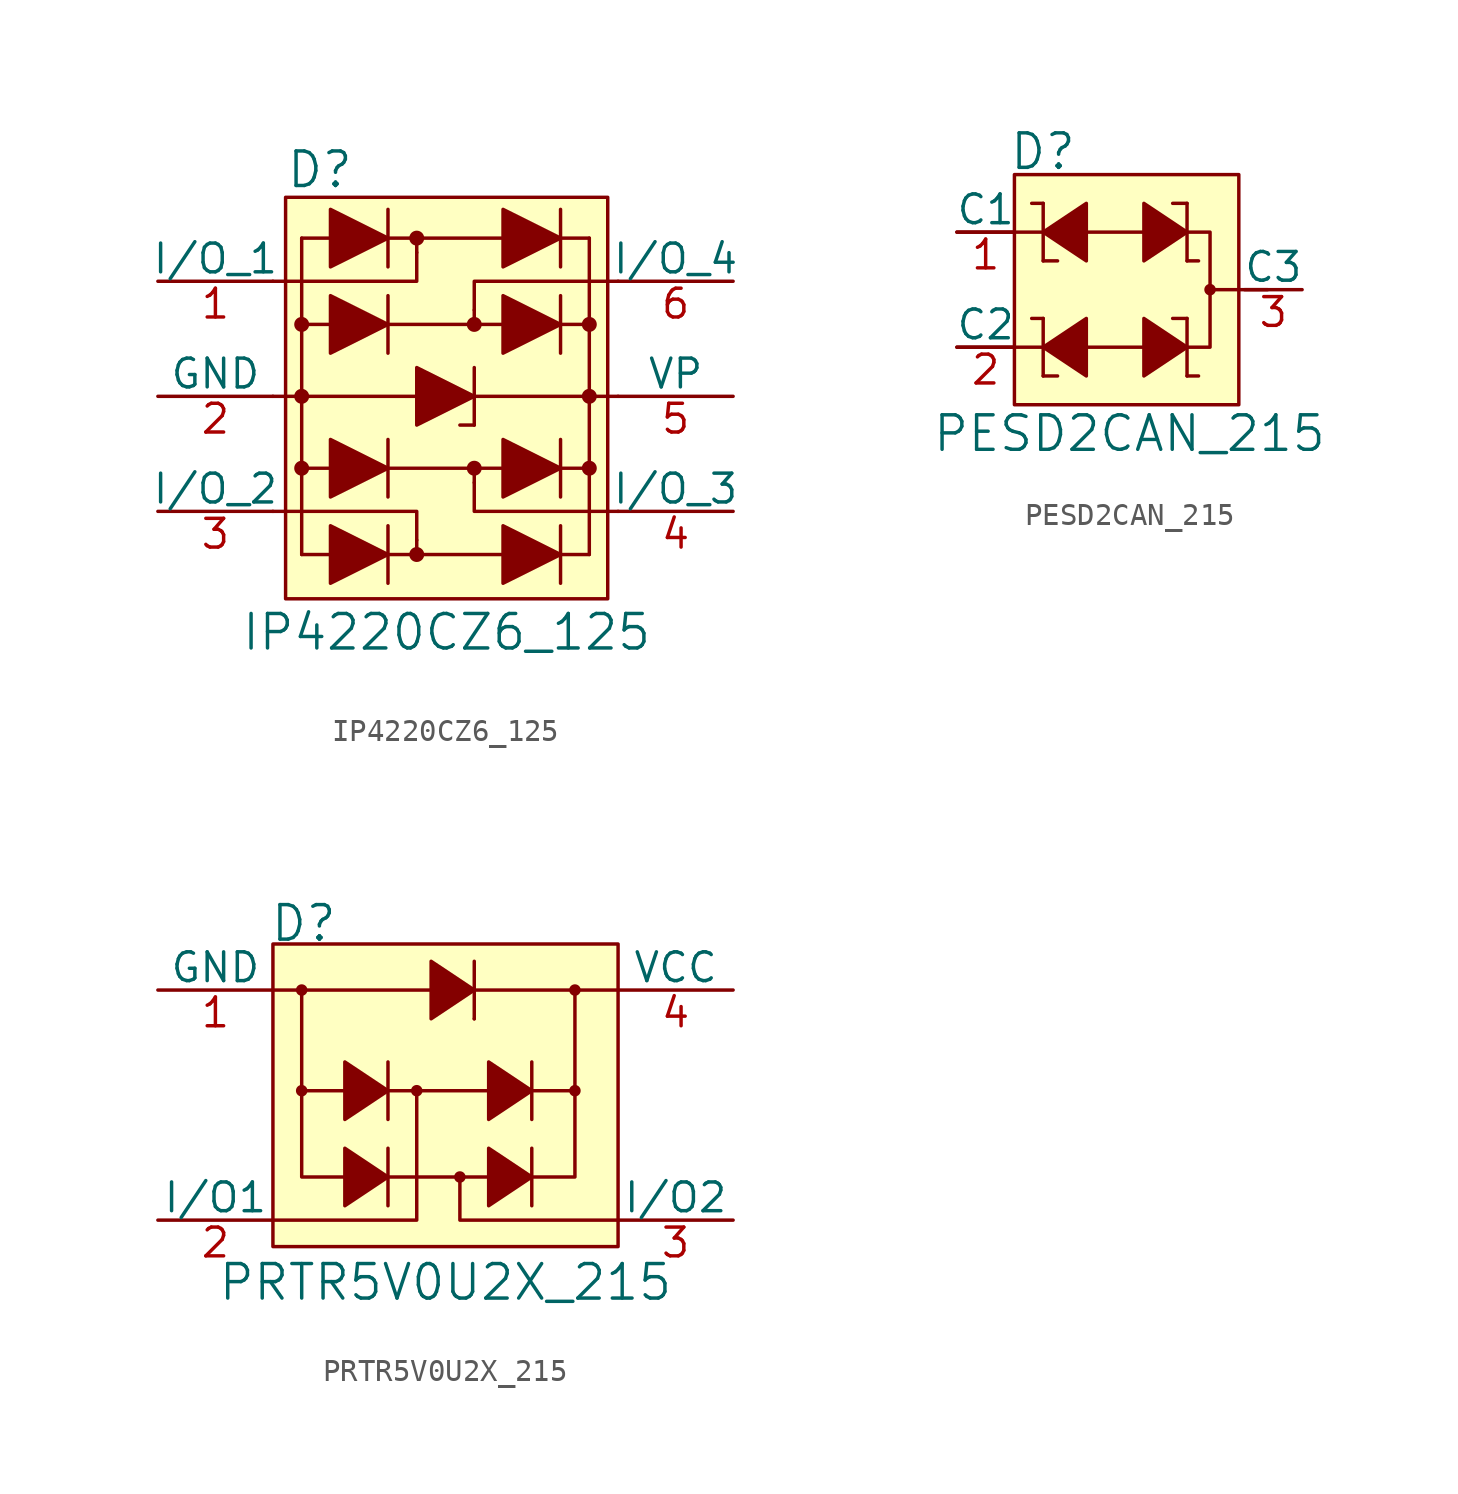
<source format=kicad_sym>
(kicad_symbol_lib
  (version 20220914)
  (generator kicad_symbol_editor)
  (symbol "IP4220CZ6_125"
    (pin_names
      (offset 0))
    (property "Reference" "D"
      (at -7.061 7.468 0)
      (effects (font (size 1.524 1.524)) (justify left)))
    (property "Value" "IP4220CZ6_125"
      (at 0.051 -12.954 0)
      (effects (font (size 1.524 1.524))))
    (symbol "IP4220CZ6_125_0_1"
      (rectangle (start -7.061 6.248) (end 7.163 -11.481) (stroke (width 0) (type solid)) (fill (type background)))
      (circle (center -6.35 -5.715) (radius 0.254) (stroke (width 0) (type solid)) (fill (type outline)))
      (circle (center -6.35 -2.54) (radius 0.254) (stroke (width 0) (type solid)) (fill (type outline)))
      (circle (center -6.35 0.635) (radius 0.254) (stroke (width 0) (type solid)) (fill (type outline)))
      (circle (center -1.27 -9.525) (radius 0.254) (stroke (width 0) (type solid)) (fill (type outline)))
      (circle (center -1.27 4.445) (radius 0.254) (stroke (width 0) (type solid)) (fill (type outline)))
      (polyline (pts (xy -6.35 -9.525) (xy -6.35 4.445)) (stroke (width 0) (type solid)) (fill (type none)))
      (polyline (pts (xy -6.35 -9.525) (xy 6.35 -9.525)) (stroke (width 0) (type solid)) (fill (type none)))
      (polyline (pts (xy -6.35 0.635) (xy 6.35 0.635)) (stroke (width 0) (type solid)) (fill (type none)))
      (polyline (pts (xy -6.35 4.445) (xy 6.35 4.445)) (stroke (width 0) (type solid)) (fill (type none)))
      (polyline (pts (xy -2.54 -8.255) (xy -2.54 -10.795)) (stroke (width 0) (type solid)) (fill (type none)))
      (polyline (pts (xy -2.54 -4.445) (xy -2.54 -6.985)) (stroke (width 0) (type solid)) (fill (type none)))
      (polyline (pts (xy -2.54 1.905) (xy -2.54 -0.635)) (stroke (width 0) (type solid)) (fill (type none)))
      (polyline (pts (xy -2.54 5.715) (xy -2.54 3.175)) (stroke (width 0) (type solid)) (fill (type none)))
      (polyline (pts (xy -1.27 -8.89) (xy -1.27 -9.525)) (stroke (width 0) (type solid)) (fill (type none)))
      (polyline (pts (xy -1.27 -2.54) (xy -7.62 -2.54)) (stroke (width 0) (type solid)) (fill (type none)))
      (polyline (pts (xy -1.27 -2.54) (xy 1.27 -2.54)) (stroke (width 0) (type solid)) (fill (type none)))
      (polyline (pts (xy -1.27 3.81) (xy -1.27 4.445)) (stroke (width 0) (type solid)) (fill (type none)))
      (polyline (pts (xy 1.27 -5.715) (xy 1.27 -6.35)) (stroke (width 0) (type solid)) (fill (type none)))
      (polyline (pts (xy 1.27 -3.81) (xy 0.635 -3.81)) (stroke (width 0) (type solid)) (fill (type none)))
      (polyline (pts (xy 1.27 -2.54) (xy 7.62 -2.54)) (stroke (width 0) (type solid)) (fill (type none)))
      (polyline (pts (xy 1.27 -1.27) (xy 1.27 -3.81)) (stroke (width 0) (type solid)) (fill (type none)))
      (polyline (pts (xy 1.27 0.635) (xy 1.27 1.27)) (stroke (width 0) (type solid)) (fill (type none)))
      (polyline (pts (xy 5.08 -8.255) (xy 5.08 -10.795)) (stroke (width 0) (type solid)) (fill (type none)))
      (polyline (pts (xy 5.08 -4.445) (xy 5.08 -6.985)) (stroke (width 0) (type solid)) (fill (type none)))
      (polyline (pts (xy 5.08 1.905) (xy 5.08 -0.635)) (stroke (width 0) (type solid)) (fill (type none)))
      (polyline (pts (xy 5.08 5.715) (xy 5.08 3.175)) (stroke (width 0) (type solid)) (fill (type none)))
      (polyline (pts (xy 6.35 -5.715) (xy -6.35 -5.715)) (stroke (width 0) (type solid)) (fill (type none)))
      (polyline (pts (xy 6.35 4.445) (xy 6.35 -9.525)) (stroke (width 0) (type solid)) (fill (type none)))
      (polyline (pts (xy -1.27 -8.89) (xy -1.27 -7.62) (xy -7.62 -7.62)) (stroke (width 0) (type solid)) (fill (type none)))
      (polyline (pts (xy -1.27 3.81) (xy -1.27 2.54) (xy -7.62 2.54)) (stroke (width 0) (type solid)) (fill (type none)))
      (polyline (pts (xy 1.27 1.27) (xy 1.27 2.54) (xy 7.62 2.54)) (stroke (width 0) (type solid)) (fill (type none)))
      (polyline (pts (xy 7.62 -7.62) (xy 1.27 -7.62) (xy 1.27 -6.35)) (stroke (width 0) (type solid)) (fill (type none)))
      (polyline (pts (xy -5.08 -8.255) (xy -5.08 -10.795) (xy -2.54 -9.525) (xy -5.08 -8.255)) (stroke (width 0) (type solid)) (fill (type outline)))
      (polyline (pts (xy -5.08 -4.445) (xy -5.08 -6.985) (xy -2.54 -5.715) (xy -5.08 -4.445)) (stroke (width 0) (type solid)) (fill (type outline)))
      (polyline (pts (xy -5.08 1.905) (xy -5.08 -0.635) (xy -2.54 0.635) (xy -5.08 1.905)) (stroke (width 0) (type solid)) (fill (type outline)))
      (polyline (pts (xy -5.08 5.715) (xy -5.08 3.175) (xy -2.54 4.445) (xy -5.08 5.715)) (stroke (width 0) (type solid)) (fill (type outline)))
      (polyline (pts (xy -1.27 -1.27) (xy -1.27 -3.81) (xy 1.27 -2.54) (xy -1.27 -1.27)) (stroke (width 0) (type solid)) (fill (type outline)))
      (polyline (pts (xy 2.54 -8.255) (xy 2.54 -10.795) (xy 5.08 -9.525) (xy 2.54 -8.255)) (stroke (width 0) (type solid)) (fill (type outline)))
      (polyline (pts (xy 2.54 1.905) (xy 2.54 -0.635) (xy 5.08 0.635) (xy 2.54 1.905)) (stroke (width 0) (type solid)) (fill (type outline)))
      (polyline (pts (xy 5.08 -5.715) (xy 2.54 -4.445) (xy 2.54 -6.985) (xy 5.08 -5.715)) (stroke (width 0) (type solid)) (fill (type outline)))
      (polyline (pts (xy 5.08 4.445) (xy 2.54 5.715) (xy 2.54 3.175) (xy 5.08 4.445)) (stroke (width 0) (type solid)) (fill (type outline)))
      (circle (center 1.27 -5.715) (radius 0.254) (stroke (width 0) (type solid)) (fill (type outline)))
      (circle (center 1.27 0.635) (radius 0.254) (stroke (width 0) (type solid)) (fill (type outline)))
      (circle (center 6.35 -5.715) (radius 0.254) (stroke (width 0) (type solid)) (fill (type outline)))
      (circle (center 6.35 -2.54) (radius 0.254) (stroke (width 0) (type solid)) (fill (type outline)))
      (circle (center 6.35 0.635) (radius 0.254) (stroke (width 0) (type solid)) (fill (type outline))))
    (symbol "IP4220CZ6_125_1_1"
      (pin passive line (at -12.7 2.54 0) (length 5.08) (name "I/O_1" (effects (font (size 1.27 1.27)))) (number "1" (effects (font (size 1.27 1.27)))))
      (pin power_in line (at -12.7 -2.54 0) (length 5.08) (name "GND" (effects (font (size 1.27 1.27)))) (number "2" (effects (font (size 1.27 1.27)))))
      (pin passive line (at -12.7 -7.62 0) (length 5.08) (name "I/O_2" (effects (font (size 1.27 1.27)))) (number "3" (effects (font (size 1.27 1.27)))))
      (pin passive line (at 12.7 -7.62 180) (length 5.08) (name "I/O_3" (effects (font (size 1.27 1.27)))) (number "4" (effects (font (size 1.27 1.27)))))
      (pin power_in line (at 12.7 -2.54 180) (length 5.08) (name "VP" (effects (font (size 1.27 1.27)))) (number "5" (effects (font (size 1.27 1.27)))))
      (pin passive line (at 12.7 2.54 180) (length 5.08) (name "I/O_4" (effects (font (size 1.27 1.27)))) (number "6" (effects (font (size 1.27 1.27)))))))
  (symbol "PESD2CAN_215"
    (pin_names
      (offset 0))
    (property "Reference" "D"
      (at -5.334 6.096 0)
      (effects (font (size 1.524 1.524)) (justify left)))
    (property "Value" "PESD2CAN_215"
      (at 0 -6.35 0)
      (effects (font (size 1.524 1.524))))
    (symbol "PESD2CAN_215_0_1"
      (rectangle (start -5.08 5.08) (end 4.826 -5.08) (stroke (width 0) (type solid)) (fill (type background)))
      (polyline (pts (xy -3.81 -3.81) (xy -3.175 -3.81)) (stroke (width 0) (type solid)) (fill (type none)))
      (polyline (pts (xy -3.81 -2.54) (xy -7.62 -2.54)) (stroke (width 0) (type solid)) (fill (type none)))
      (polyline (pts (xy -3.81 -1.27) (xy -4.318 -1.27)) (stroke (width 0) (type solid)) (fill (type none)))
      (polyline (pts (xy -3.81 -1.27) (xy -3.81 -3.81)) (stroke (width 0) (type solid)) (fill (type none)))
      (polyline (pts (xy -3.81 1.27) (xy -3.175 1.27)) (stroke (width 0) (type solid)) (fill (type none)))
      (polyline (pts (xy -3.81 2.54) (xy -7.62 2.54)) (stroke (width 0) (type solid)) (fill (type none)))
      (polyline (pts (xy -3.81 3.81) (xy -4.318 3.81)) (stroke (width 0) (type solid)) (fill (type none)))
      (polyline (pts (xy -3.81 3.81) (xy -3.81 1.27)) (stroke (width 0) (type solid)) (fill (type none)))
      (polyline (pts (xy 0.635 -2.54) (xy -1.905 -2.54)) (stroke (width 0) (type solid)) (fill (type none)))
      (polyline (pts (xy 0.635 2.54) (xy -1.905 2.54)) (stroke (width 0) (type solid)) (fill (type none)))
      (polyline (pts (xy 0.635 2.54) (xy 0.635 2.54)) (stroke (width 0) (type solid)) (fill (type none)))
      (polyline (pts (xy 2.54 -3.81) (xy 3.048 -3.81)) (stroke (width 0) (type solid)) (fill (type none)))
      (polyline (pts (xy 2.54 -1.27) (xy 1.905 -1.27)) (stroke (width 0) (type solid)) (fill (type none)))
      (polyline (pts (xy 2.54 -1.27) (xy 2.54 -3.81)) (stroke (width 0) (type solid)) (fill (type none)))
      (polyline (pts (xy 2.54 1.27) (xy 3.048 1.27)) (stroke (width 0) (type solid)) (fill (type none)))
      (polyline (pts (xy 2.54 3.81) (xy 1.905 3.81)) (stroke (width 0) (type solid)) (fill (type none)))
      (polyline (pts (xy 2.54 3.81) (xy 2.54 1.27)) (stroke (width 0) (type solid)) (fill (type none)))
      (polyline (pts (xy 3.556 0) (xy 6.096 0)) (stroke (width 0) (type solid)) (fill (type none)))
      (polyline (pts (xy -1.905 -1.27) (xy -1.905 -3.81) (xy -3.81 -2.54) (xy -1.905 -1.27)) (stroke (width 0) (type solid)) (fill (type outline)))
      (polyline (pts (xy -1.905 1.27) (xy -1.905 3.81) (xy -3.81 2.54) (xy -1.905 1.27)) (stroke (width 0) (type solid)) (fill (type outline)))
      (polyline (pts (xy 0.635 -1.27) (xy 0.635 -3.81) (xy 2.54 -2.54) (xy 0.635 -1.27)) (stroke (width 0) (type solid)) (fill (type outline)))
      (polyline (pts (xy 0.635 3.81) (xy 0.635 1.27) (xy 2.54 2.54) (xy 0.635 3.81)) (stroke (width 0) (type solid)) (fill (type outline)))
      (polyline (pts (xy 1.016 2.54) (xy 3.556 2.54) (xy 3.556 -2.54) (xy 1.016 -2.54)) (stroke (width 0) (type solid)) (fill (type none)))
      (circle (center 3.556 0) (radius 0.178) (stroke (width 0) (type solid)) (fill (type outline))))
    (symbol "PESD2CAN_215_1_1"
      (pin bidirectional line (at -7.62 2.54 0) (length 2.54) (name "C1" (effects (font (size 1.27 1.27)))) (number "1" (effects (font (size 1.27 1.27)))))
      (pin bidirectional line (at -7.62 -2.54 0) (length 2.54) (name "C2" (effects (font (size 1.27 1.27)))) (number "2" (effects (font (size 1.27 1.27)))))
      (pin bidirectional line (at 7.62 0 180) (length 2.54) (name "C3" (effects (font (size 1.27 1.27)))) (number "3" (effects (font (size 1.27 1.27)))))))
  (symbol "PRTR5V0U2X_215"
    (pin_names
      (offset 0))
    (property "Reference" "D"
      (at -7.772 8.026 0)
      (effects (font (size 1.524 1.524)) (justify left)))
    (property "Value" "PRTR5V0U2X_215"
      (at 0 -7.823 0)
      (effects (font (size 1.524 1.524))))
    (symbol "PRTR5V0U2X_215_0_1"
      (rectangle (start -7.62 7.112) (end 7.62 -6.248) (stroke (width 0) (type solid)) (fill (type background)))
      (circle (center -6.35 0.635) (radius 0.178) (stroke (width 0) (type solid)) (fill (type outline)))
      (circle (center -6.35 5.08) (radius 0.178) (stroke (width 0) (type solid)) (fill (type outline)))
      (circle (center -1.27 0.635) (radius 0.178) (stroke (width 0) (type solid)) (fill (type outline)))
      (polyline (pts (xy -4.445 0.635) (xy -6.35 0.635)) (stroke (width 0) (type solid)) (fill (type none)))
      (polyline (pts (xy -2.54 -3.175) (xy 1.905 -3.175)) (stroke (width 0) (type solid)) (fill (type none)))
      (polyline (pts (xy -2.54 -1.905) (xy -2.54 -4.445)) (stroke (width 0) (type solid)) (fill (type none)))
      (polyline (pts (xy -2.54 0.635) (xy 1.905 0.635)) (stroke (width 0) (type solid)) (fill (type outline)))
      (polyline (pts (xy -2.54 1.905) (xy -2.54 -0.635)) (stroke (width 0) (type solid)) (fill (type none)))
      (polyline (pts (xy -0.635 5.08) (xy -7.62 5.08)) (stroke (width 0) (type solid)) (fill (type none)))
      (polyline (pts (xy 1.27 3.81) (xy 1.27 3.81)) (stroke (width 0) (type solid)) (fill (type none)))
      (polyline (pts (xy 1.27 6.35) (xy 1.27 3.81)) (stroke (width 0) (type solid)) (fill (type none)))
      (polyline (pts (xy 3.81 -1.905) (xy 3.81 -4.445)) (stroke (width 0) (type solid)) (fill (type none)))
      (polyline (pts (xy 3.81 1.905) (xy 3.81 -0.635)) (stroke (width 0) (type solid)) (fill (type none)))
      (polyline (pts (xy 5.715 0.635) (xy 3.81 0.635)) (stroke (width 0) (type solid)) (fill (type none)))
      (polyline (pts (xy 7.62 5.08) (xy 1.27 5.08)) (stroke (width 0) (type solid)) (fill (type none)))
      (polyline (pts (xy -4.445 -3.175) (xy -6.35 -3.175) (xy -6.35 5.08)) (stroke (width 0) (type solid)) (fill (type none)))
      (polyline (pts (xy -1.27 0.635) (xy -1.27 -5.08) (xy -7.62 -5.08)) (stroke (width 0) (type solid)) (fill (type none)))
      (polyline (pts (xy 3.81 -3.175) (xy 5.715 -3.175) (xy 5.715 5.08)) (stroke (width 0) (type solid)) (fill (type none)))
      (polyline (pts (xy 7.62 -5.08) (xy 0.635 -5.08) (xy 0.635 -3.175)) (stroke (width 0) (type solid)) (fill (type none)))
      (polyline (pts (xy -4.445 -1.905) (xy -4.445 -4.445) (xy -2.54 -3.175) (xy -4.445 -1.905)) (stroke (width 0) (type solid)) (fill (type outline)))
      (polyline (pts (xy -4.445 1.905) (xy -4.445 -0.635) (xy -2.54 0.635) (xy -4.445 1.905)) (stroke (width 0) (type solid)) (fill (type outline)))
      (polyline (pts (xy -0.635 6.35) (xy -0.635 3.81) (xy 1.27 5.08) (xy -0.635 6.35)) (stroke (width 0) (type solid)) (fill (type outline)))
      (polyline (pts (xy 1.905 -1.905) (xy 1.905 -4.445) (xy 3.81 -3.175) (xy 1.905 -1.905)) (stroke (width 0) (type solid)) (fill (type outline)))
      (polyline (pts (xy 1.905 1.905) (xy 1.905 -0.635) (xy 3.81 0.635) (xy 1.905 1.905)) (stroke (width 0) (type solid)) (fill (type outline)))
      (circle (center 0.635 -3.175) (radius 0.178) (stroke (width 0) (type solid)) (fill (type outline)))
      (circle (center 5.715 0.635) (radius 0.178) (stroke (width 0) (type solid)) (fill (type outline)))
      (circle (center 5.715 5.08) (radius 0.178) (stroke (width 0) (type solid)) (fill (type outline))))
    (symbol "PRTR5V0U2X_215_1_1"
      (pin output line (at -12.7 5.08 0) (length 5.08) (name "GND" (effects (font (size 1.27 1.27)))) (number "1" (effects (font (size 1.27 1.27)))))
      (pin output line (at -12.7 -5.08 0) (length 5.08) (name "I/O1" (effects (font (size 1.27 1.27)))) (number "2" (effects (font (size 1.27 1.27)))))
      (pin output line (at 12.7 -5.08 180) (length 5.08) (name "I/O2" (effects (font (size 1.27 1.27)))) (number "3" (effects (font (size 1.27 1.27)))))
      (pin output line (at 12.7 5.08 180) (length 5.08) (name "VCC" (effects (font (size 1.27 1.27)))) (number "4" (effects (font (size 1.27 1.27))))))))
</source>
